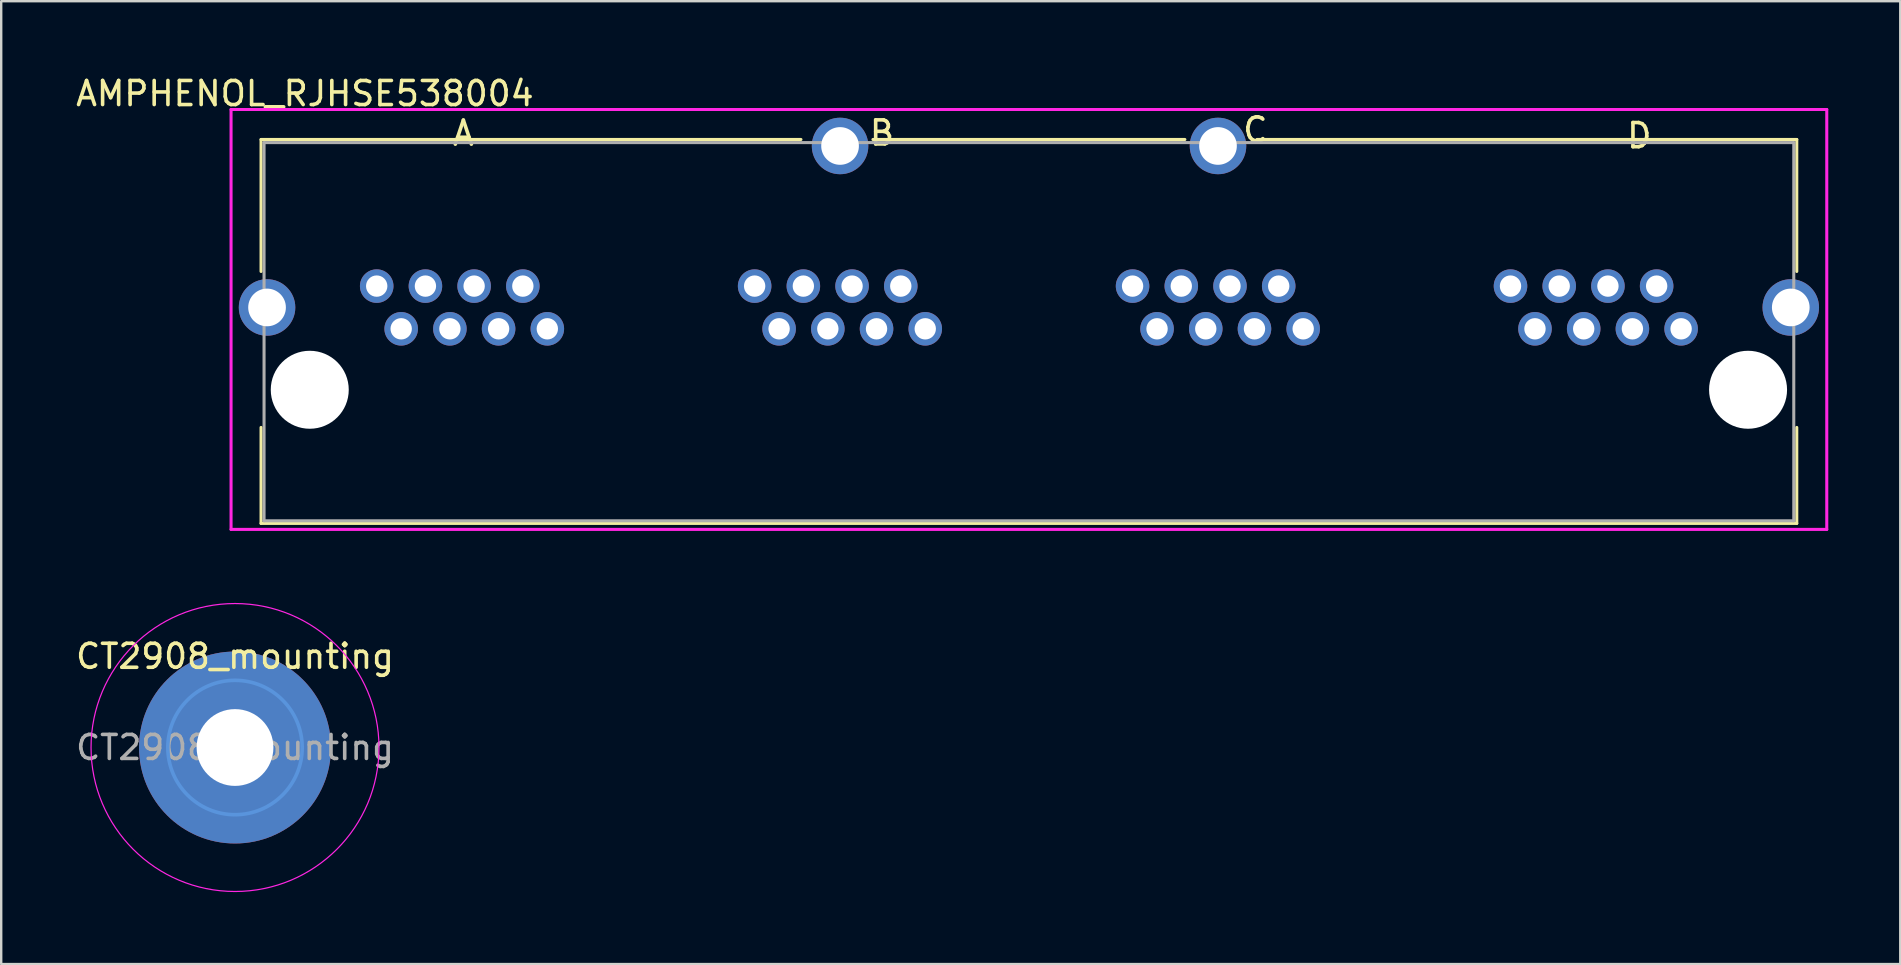
<source format=kicad_pcb>
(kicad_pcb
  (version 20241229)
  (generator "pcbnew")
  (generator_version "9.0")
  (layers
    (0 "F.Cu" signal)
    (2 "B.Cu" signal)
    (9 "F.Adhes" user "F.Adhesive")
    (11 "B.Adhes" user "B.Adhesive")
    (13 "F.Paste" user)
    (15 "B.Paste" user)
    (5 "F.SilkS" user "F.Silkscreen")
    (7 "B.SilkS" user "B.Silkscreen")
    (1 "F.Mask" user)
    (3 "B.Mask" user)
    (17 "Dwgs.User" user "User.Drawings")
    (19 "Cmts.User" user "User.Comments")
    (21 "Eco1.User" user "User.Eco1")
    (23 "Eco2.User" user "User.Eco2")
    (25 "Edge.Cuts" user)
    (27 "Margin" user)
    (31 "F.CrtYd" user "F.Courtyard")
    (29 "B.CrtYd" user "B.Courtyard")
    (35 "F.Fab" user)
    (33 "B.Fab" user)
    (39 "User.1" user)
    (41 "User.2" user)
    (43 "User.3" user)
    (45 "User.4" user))
  (footprint "AMPHENOL_RJHSE538004"
    (layer "F.Cu")
    (at 39.829 9.763)
    (property "Reference" "AMPHENOL_RJHSE538004" (at -30.173 -8.913 0) (layer "F.SilkS") (effects (font (size 1.003 1.003) (thickness 0.15))))
    (attr through_hole)
    (fp_line (start -32 -7) (end -9.5 -7) (stroke (width 0.127) (type solid)) (layer "F.SilkS"))
    (fp_line (start -32 -1.5) (end -32 -7) (stroke (width 0.127) (type solid)) (layer "F.SilkS"))
    (fp_line (start -32 5) (end -32 9) (stroke (width 0.127) (type solid)) (layer "F.SilkS"))
    (fp_line (start -32 9) (end 32 9) (stroke (width 0.127) (type solid)) (layer "F.SilkS"))
    (fp_line (start -6.5 -7) (end 6.5 -7) (stroke (width 0.127) (type solid)) (layer "F.SilkS"))
    (fp_line (start 9.5 -7) (end 32 -7) (stroke (width 0.127) (type solid)) (layer "F.SilkS"))
    (fp_line (start 32 -7) (end 32 -1.5) (stroke (width 0.127) (type solid)) (layer "F.SilkS"))
    (fp_line (start 32 9) (end 32 5) (stroke (width 0.127) (type solid)) (layer "F.SilkS"))
    (fp_line (start -33.25 -8.25) (end 33.25 -8.25) (stroke (width 0.127) (type solid)) (layer "F.CrtYd"))
    (fp_line (start -33.25 9.25) (end -33.25 -8.25) (stroke (width 0.127) (type solid)) (layer "F.CrtYd"))
    (fp_line (start 33.25 -8.25) (end 33.25 9.25) (stroke (width 0.127) (type solid)) (layer "F.CrtYd"))
    (fp_line (start 33.25 9.25) (end -33.25 9.25) (stroke (width 0.127) (type solid)) (layer "F.CrtYd"))
    (fp_line (start -31.875 -6.87) (end 31.875 -6.87) (stroke (width 0.127) (type solid)) (layer "F.Fab"))
    (fp_line (start -31.875 8.89) (end -31.875 -6.87) (stroke (width 0.127) (type solid)) (layer "F.Fab"))
    (fp_line (start 31.875 -6.87) (end 31.875 8.89) (stroke (width 0.127) (type solid)) (layer "F.Fab"))
    (fp_line (start 31.875 8.89) (end -31.875 8.89) (stroke (width 0.127) (type solid)) (layer "F.Fab"))
    (fp_text user "A" (at -23.569 -7.262 0) (layer "F.SilkS") (effects (font (size 1.003 1.003) (thickness 0.15))))
    (fp_text user "D" (at 25.437 -7.158 0) (layer "F.SilkS") (effects (font (size 1.007 1.007) (thickness 0.15))))
    (fp_text user "B" (at -6.123 -7.271 0) (layer "F.SilkS") (effects (font (size 1.004 1.004) (thickness 0.15))))
    (fp_text user "C" (at 9.437 -7.397 0) (layer "F.SilkS") (effects (font (size 1.004 1.004) (thickness 0.15))))
    (pad "" np_thru_hole circle (at -29.97 3.43) (size 3.25 3.25) (drill 3.25) (layers "*.Cu" "*.Mask"))
    (pad "" np_thru_hole circle (at 29.97 3.43) (size 3.25 3.25) (drill 3.25) (layers "*.Cu" "*.Mask"))
    (pad "A1" thru_hole circle (at -20.07 0.89) (size 1.398 1.398) (drill 0.89) (layers "*.Cu" "*.Mask"))
    (pad "A2" thru_hole circle (at -21.09 -0.89) (size 1.398 1.398) (drill 0.89) (layers "*.Cu" "*.Mask"))
    (pad "A3" thru_hole circle (at -22.1 0.89) (size 1.398 1.398) (drill 0.89) (layers "*.Cu" "*.Mask"))
    (pad "A4" thru_hole circle (at -23.12 -0.89) (size 1.398 1.398) (drill 0.89) (layers "*.Cu" "*.Mask"))
    (pad "A5" thru_hole circle (at -24.13 0.89) (size 1.398 1.398) (drill 0.89) (layers "*.Cu" "*.Mask"))
    (pad "A6" thru_hole circle (at -25.15 -0.89) (size 1.398 1.398) (drill 0.89) (layers "*.Cu" "*.Mask"))
    (pad "A7" thru_hole circle (at -26.16 0.89) (size 1.398 1.398) (drill 0.89) (layers "*.Cu" "*.Mask"))
    (pad "A8" thru_hole circle (at -27.18 -0.89) (size 1.398 1.398) (drill 0.89) (layers "*.Cu" "*.Mask"))
    (pad "B1" thru_hole circle (at -4.32 0.89) (size 1.398 1.398) (drill 0.89) (layers "*.Cu" "*.Mask"))
    (pad "B2" thru_hole circle (at -5.34 -0.89) (size 1.398 1.398) (drill 0.89) (layers "*.Cu" "*.Mask"))
    (pad "B3" thru_hole circle (at -6.35 0.89) (size 1.398 1.398) (drill 0.89) (layers "*.Cu" "*.Mask"))
    (pad "B4" thru_hole circle (at -7.37 -0.89) (size 1.398 1.398) (drill 0.89) (layers "*.Cu" "*.Mask"))
    (pad "B5" thru_hole circle (at -8.38 0.89) (size 1.398 1.398) (drill 0.89) (layers "*.Cu" "*.Mask"))
    (pad "B6" thru_hole circle (at -9.4 -0.89) (size 1.398 1.398) (drill 0.89) (layers "*.Cu" "*.Mask"))
    (pad "B7" thru_hole circle (at -10.41 0.89) (size 1.398 1.398) (drill 0.89) (layers "*.Cu" "*.Mask"))
    (pad "B8" thru_hole circle (at -11.43 -0.89) (size 1.398 1.398) (drill 0.89) (layers "*.Cu" "*.Mask"))
    (pad "C1" thru_hole circle (at 11.43 0.89) (size 1.398 1.398) (drill 0.89) (layers "*.Cu" "*.Mask"))
    (pad "C2" thru_hole circle (at 10.41 -0.89) (size 1.398 1.398) (drill 0.89) (layers "*.Cu" "*.Mask"))
    (pad "C3" thru_hole circle (at 9.4 0.89) (size 1.398 1.398) (drill 0.89) (layers "*.Cu" "*.Mask"))
    (pad "C4" thru_hole circle (at 8.38 -0.89) (size 1.398 1.398) (drill 0.89) (layers "*.Cu" "*.Mask"))
    (pad "C5" thru_hole circle (at 7.37 0.89) (size 1.398 1.398) (drill 0.89) (layers "*.Cu" "*.Mask"))
    (pad "C6" thru_hole circle (at 6.35 -0.89) (size 1.398 1.398) (drill 0.89) (layers "*.Cu" "*.Mask"))
    (pad "C7" thru_hole circle (at 5.34 0.89) (size 1.398 1.398) (drill 0.89) (layers "*.Cu" "*.Mask"))
    (pad "C8" thru_hole circle (at 4.32 -0.89) (size 1.398 1.398) (drill 0.89) (layers "*.Cu" "*.Mask"))
    (pad "D1" thru_hole circle (at 27.18 0.89) (size 1.398 1.398) (drill 0.89) (layers "*.Cu" "*.Mask"))
    (pad "D2" thru_hole circle (at 26.16 -0.89) (size 1.398 1.398) (drill 0.89) (layers "*.Cu" "*.Mask"))
    (pad "D3" thru_hole circle (at 25.15 0.89) (size 1.398 1.398) (drill 0.89) (layers "*.Cu" "*.Mask"))
    (pad "D4" thru_hole circle (at 24.13 -0.89) (size 1.398 1.398) (drill 0.89) (layers "*.Cu" "*.Mask"))
    (pad "D5" thru_hole circle (at 23.12 0.89) (size 1.398 1.398) (drill 0.89) (layers "*.Cu" "*.Mask"))
    (pad "D6" thru_hole circle (at 22.1 -0.89) (size 1.398 1.398) (drill 0.89) (layers "*.Cu" "*.Mask"))
    (pad "D7" thru_hole circle (at 21.09 0.89) (size 1.398 1.398) (drill 0.89) (layers "*.Cu" "*.Mask"))
    (pad "D8" thru_hole circle (at 20.07 -0.89) (size 1.398 1.398) (drill 0.89) (layers "*.Cu" "*.Mask"))
    (pad "P$1" thru_hole circle (at -31.75 0) (size 2.355 2.355) (drill 1.57) (layers "*.Cu" "*.Mask"))
    (pad "P$2" thru_hole circle (at 31.75 0) (size 2.355 2.355) (drill 1.57) (layers "*.Cu" "*.Mask"))
    (pad "P$3" thru_hole circle (at -7.87 -6.73) (size 2.355 2.355) (drill 1.57) (layers "*.Cu" "*.Mask"))
    (pad "P$4" thru_hole circle (at 7.88 -6.73) (size 2.355 2.355) (drill 1.57) (layers "*.Cu" "*.Mask")))
  (footprint "CT2908_mounting"
    (layer "F.Cu")
    (at 6.744 28.102)
    (property "Reference" "CT2908_mounting" (at 0 -3.8 0) (layer "F.SilkS") (effects (font (size 1 1) (thickness 0.15))))
    (attr exclude_from_pos_files exclude_from_bom)
    (fp_circle (center 0 0) (end 2.8 0) (stroke (width 0.15) (type solid)) (fill no) (layer "Cmts.User"))
    (fp_circle (center 0 0) (end 6 0) (stroke (width 0.05) (type solid)) (fill no) (layer "F.CrtYd"))
    (fp_text user "${REFERENCE}" (at 0 0 0) (layer "F.Fab") (effects (font (size 1 1) (thickness 0.15))))
    (pad "1" thru_hole circle (at 0 0) (size 8 8) (drill 3.2) (layers "*.Cu" "*.Mask")))
  (gr_rect
    (start -3 -3)
    (end 76.142 37.127)
    (stroke (width 0.1) (type default))
    (fill no)
    (layer "Edge.Cuts")))
</source>
